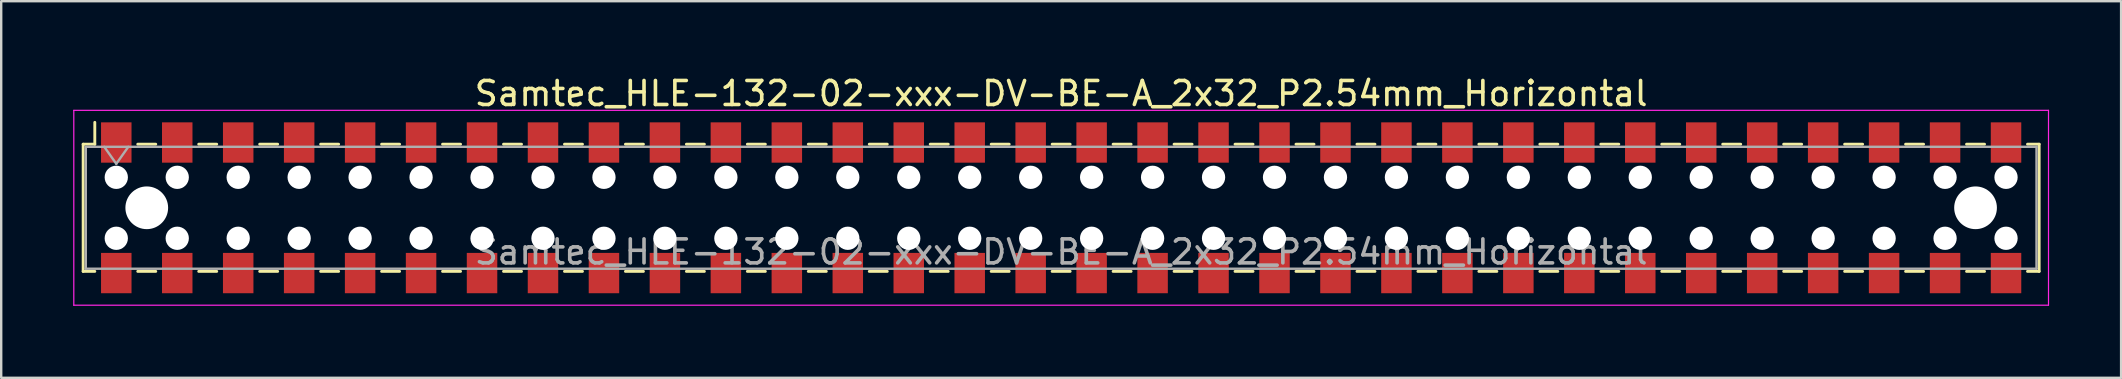
<source format=kicad_pcb>
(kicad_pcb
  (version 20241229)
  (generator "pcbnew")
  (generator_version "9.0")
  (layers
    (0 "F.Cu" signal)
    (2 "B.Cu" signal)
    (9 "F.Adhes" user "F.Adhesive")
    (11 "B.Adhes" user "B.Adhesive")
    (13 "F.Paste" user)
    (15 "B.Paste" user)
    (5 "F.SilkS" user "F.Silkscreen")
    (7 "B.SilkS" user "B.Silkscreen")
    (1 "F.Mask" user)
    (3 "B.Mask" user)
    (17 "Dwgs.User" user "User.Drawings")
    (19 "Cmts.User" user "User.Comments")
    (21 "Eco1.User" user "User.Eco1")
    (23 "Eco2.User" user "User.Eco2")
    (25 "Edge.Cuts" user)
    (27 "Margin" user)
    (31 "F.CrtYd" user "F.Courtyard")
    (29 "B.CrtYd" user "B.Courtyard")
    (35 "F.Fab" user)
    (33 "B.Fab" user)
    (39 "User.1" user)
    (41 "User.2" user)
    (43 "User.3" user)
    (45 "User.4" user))
  (footprint "Samtec_HLE-132-02-xxx-DV-BE-A_2x32_P2.54mm_Horizontal"
    (layer "F.Cu")
    (at 41.165 5.608)
    (property "Reference" "Samtec_HLE-132-02-xxx-DV-BE-A_2x32_P2.54mm_Horizontal" (at 0 -4.76 0) (layer "F.SilkS") (effects (font (size 1 1) (thickness 0.15))))
    (attr smd)
    (fp_line (start -40.75 -2.65) (end -40.75 2.65) (stroke (width 0.12) (type solid)) (layer "F.SilkS"))
    (fp_line (start -40.75 2.65) (end -40.265 2.65) (stroke (width 0.12) (type solid)) (layer "F.SilkS"))
    (fp_line (start -40.265 -3.56) (end -40.265 -2.65) (stroke (width 0.12) (type solid)) (layer "F.SilkS"))
    (fp_line (start -40.265 -2.65) (end -40.75 -2.65) (stroke (width 0.12) (type solid)) (layer "F.SilkS"))
    (fp_line (start -38.475 -2.65) (end -37.725 -2.65) (stroke (width 0.12) (type solid)) (layer "F.SilkS"))
    (fp_line (start -38.475 2.65) (end -37.725 2.65) (stroke (width 0.12) (type solid)) (layer "F.SilkS"))
    (fp_line (start -35.935 -2.65) (end -35.185 -2.65) (stroke (width 0.12) (type solid)) (layer "F.SilkS"))
    (fp_line (start -35.935 2.65) (end -35.185 2.65) (stroke (width 0.12) (type solid)) (layer "F.SilkS"))
    (fp_line (start -33.395 -2.65) (end -32.645 -2.65) (stroke (width 0.12) (type solid)) (layer "F.SilkS"))
    (fp_line (start -33.395 2.65) (end -32.645 2.65) (stroke (width 0.12) (type solid)) (layer "F.SilkS"))
    (fp_line (start -30.855 -2.65) (end -30.105 -2.65) (stroke (width 0.12) (type solid)) (layer "F.SilkS"))
    (fp_line (start -30.855 2.65) (end -30.105 2.65) (stroke (width 0.12) (type solid)) (layer "F.SilkS"))
    (fp_line (start -28.315 -2.65) (end -27.565 -2.65) (stroke (width 0.12) (type solid)) (layer "F.SilkS"))
    (fp_line (start -28.315 2.65) (end -27.565 2.65) (stroke (width 0.12) (type solid)) (layer "F.SilkS"))
    (fp_line (start -25.775 -2.65) (end -25.025 -2.65) (stroke (width 0.12) (type solid)) (layer "F.SilkS"))
    (fp_line (start -25.775 2.65) (end -25.025 2.65) (stroke (width 0.12) (type solid)) (layer "F.SilkS"))
    (fp_line (start -23.235 -2.65) (end -22.485 -2.65) (stroke (width 0.12) (type solid)) (layer "F.SilkS"))
    (fp_line (start -23.235 2.65) (end -22.485 2.65) (stroke (width 0.12) (type solid)) (layer "F.SilkS"))
    (fp_line (start -20.695 -2.65) (end -19.945 -2.65) (stroke (width 0.12) (type solid)) (layer "F.SilkS"))
    (fp_line (start -20.695 2.65) (end -19.945 2.65) (stroke (width 0.12) (type solid)) (layer "F.SilkS"))
    (fp_line (start -18.155 -2.65) (end -17.405 -2.65) (stroke (width 0.12) (type solid)) (layer "F.SilkS"))
    (fp_line (start -18.155 2.65) (end -17.405 2.65) (stroke (width 0.12) (type solid)) (layer "F.SilkS"))
    (fp_line (start -15.615 -2.65) (end -14.865 -2.65) (stroke (width 0.12) (type solid)) (layer "F.SilkS"))
    (fp_line (start -15.615 2.65) (end -14.865 2.65) (stroke (width 0.12) (type solid)) (layer "F.SilkS"))
    (fp_line (start -13.075 -2.65) (end -12.325 -2.65) (stroke (width 0.12) (type solid)) (layer "F.SilkS"))
    (fp_line (start -13.075 2.65) (end -12.325 2.65) (stroke (width 0.12) (type solid)) (layer "F.SilkS"))
    (fp_line (start -10.535 -2.65) (end -9.785 -2.65) (stroke (width 0.12) (type solid)) (layer "F.SilkS"))
    (fp_line (start -10.535 2.65) (end -9.785 2.65) (stroke (width 0.12) (type solid)) (layer "F.SilkS"))
    (fp_line (start -7.995 -2.65) (end -7.245 -2.65) (stroke (width 0.12) (type solid)) (layer "F.SilkS"))
    (fp_line (start -7.995 2.65) (end -7.245 2.65) (stroke (width 0.12) (type solid)) (layer "F.SilkS"))
    (fp_line (start -5.455 -2.65) (end -4.705 -2.65) (stroke (width 0.12) (type solid)) (layer "F.SilkS"))
    (fp_line (start -5.455 2.65) (end -4.705 2.65) (stroke (width 0.12) (type solid)) (layer "F.SilkS"))
    (fp_line (start -2.915 -2.65) (end -2.165 -2.65) (stroke (width 0.12) (type solid)) (layer "F.SilkS"))
    (fp_line (start -2.915 2.65) (end -2.165 2.65) (stroke (width 0.12) (type solid)) (layer "F.SilkS"))
    (fp_line (start -0.375 -2.65) (end 0.375 -2.65) (stroke (width 0.12) (type solid)) (layer "F.SilkS"))
    (fp_line (start -0.375 2.65) (end 0.375 2.65) (stroke (width 0.12) (type solid)) (layer "F.SilkS"))
    (fp_line (start 2.165 -2.65) (end 2.915 -2.65) (stroke (width 0.12) (type solid)) (layer "F.SilkS"))
    (fp_line (start 2.165 2.65) (end 2.915 2.65) (stroke (width 0.12) (type solid)) (layer "F.SilkS"))
    (fp_line (start 4.705 -2.65) (end 5.455 -2.65) (stroke (width 0.12) (type solid)) (layer "F.SilkS"))
    (fp_line (start 4.705 2.65) (end 5.455 2.65) (stroke (width 0.12) (type solid)) (layer "F.SilkS"))
    (fp_line (start 7.245 -2.65) (end 7.995 -2.65) (stroke (width 0.12) (type solid)) (layer "F.SilkS"))
    (fp_line (start 7.245 2.65) (end 7.995 2.65) (stroke (width 0.12) (type solid)) (layer "F.SilkS"))
    (fp_line (start 9.785 -2.65) (end 10.535 -2.65) (stroke (width 0.12) (type solid)) (layer "F.SilkS"))
    (fp_line (start 9.785 2.65) (end 10.535 2.65) (stroke (width 0.12) (type solid)) (layer "F.SilkS"))
    (fp_line (start 12.325 -2.65) (end 13.075 -2.65) (stroke (width 0.12) (type solid)) (layer "F.SilkS"))
    (fp_line (start 12.325 2.65) (end 13.075 2.65) (stroke (width 0.12) (type solid)) (layer "F.SilkS"))
    (fp_line (start 14.865 -2.65) (end 15.615 -2.65) (stroke (width 0.12) (type solid)) (layer "F.SilkS"))
    (fp_line (start 14.865 2.65) (end 15.615 2.65) (stroke (width 0.12) (type solid)) (layer "F.SilkS"))
    (fp_line (start 17.405 -2.65) (end 18.155 -2.65) (stroke (width 0.12) (type solid)) (layer "F.SilkS"))
    (fp_line (start 17.405 2.65) (end 18.155 2.65) (stroke (width 0.12) (type solid)) (layer "F.SilkS"))
    (fp_line (start 19.945 -2.65) (end 20.695 -2.65) (stroke (width 0.12) (type solid)) (layer "F.SilkS"))
    (fp_line (start 19.945 2.65) (end 20.695 2.65) (stroke (width 0.12) (type solid)) (layer "F.SilkS"))
    (fp_line (start 22.485 -2.65) (end 23.235 -2.65) (stroke (width 0.12) (type solid)) (layer "F.SilkS"))
    (fp_line (start 22.485 2.65) (end 23.235 2.65) (stroke (width 0.12) (type solid)) (layer "F.SilkS"))
    (fp_line (start 25.025 -2.65) (end 25.775 -2.65) (stroke (width 0.12) (type solid)) (layer "F.SilkS"))
    (fp_line (start 25.025 2.65) (end 25.775 2.65) (stroke (width 0.12) (type solid)) (layer "F.SilkS"))
    (fp_line (start 27.565 -2.65) (end 28.315 -2.65) (stroke (width 0.12) (type solid)) (layer "F.SilkS"))
    (fp_line (start 27.565 2.65) (end 28.315 2.65) (stroke (width 0.12) (type solid)) (layer "F.SilkS"))
    (fp_line (start 30.105 -2.65) (end 30.855 -2.65) (stroke (width 0.12) (type solid)) (layer "F.SilkS"))
    (fp_line (start 30.105 2.65) (end 30.855 2.65) (stroke (width 0.12) (type solid)) (layer "F.SilkS"))
    (fp_line (start 32.645 -2.65) (end 33.395 -2.65) (stroke (width 0.12) (type solid)) (layer "F.SilkS"))
    (fp_line (start 32.645 2.65) (end 33.395 2.65) (stroke (width 0.12) (type solid)) (layer "F.SilkS"))
    (fp_line (start 35.185 -2.65) (end 35.935 -2.65) (stroke (width 0.12) (type solid)) (layer "F.SilkS"))
    (fp_line (start 35.185 2.65) (end 35.935 2.65) (stroke (width 0.12) (type solid)) (layer "F.SilkS"))
    (fp_line (start 37.725 -2.65) (end 38.475 -2.65) (stroke (width 0.12) (type solid)) (layer "F.SilkS"))
    (fp_line (start 37.725 2.65) (end 38.475 2.65) (stroke (width 0.12) (type solid)) (layer "F.SilkS"))
    (fp_line (start 40.265 -2.65) (end 40.75 -2.65) (stroke (width 0.12) (type solid)) (layer "F.SilkS"))
    (fp_line (start 40.75 -2.65) (end 40.75 2.65) (stroke (width 0.12) (type solid)) (layer "F.SilkS"))
    (fp_line (start 40.75 2.65) (end 40.265 2.65) (stroke (width 0.12) (type solid)) (layer "F.SilkS"))
    (fp_line (start -41.14 -4.06) (end 41.14 -4.06) (stroke (width 0.05) (type solid)) (layer "F.CrtYd"))
    (fp_line (start -41.14 4.06) (end -41.14 -4.06) (stroke (width 0.05) (type solid)) (layer "F.CrtYd"))
    (fp_line (start 41.14 -4.06) (end 41.14 4.06) (stroke (width 0.05) (type solid)) (layer "F.CrtYd"))
    (fp_line (start 41.14 4.06) (end -41.14 4.06) (stroke (width 0.05) (type solid)) (layer "F.CrtYd"))
    (fp_line (start -40.64 -2.54) (end 40.64 -2.54) (stroke (width 0.1) (type solid)) (layer "F.Fab"))
    (fp_line (start -40.64 2.54) (end -40.64 -2.54) (stroke (width 0.1) (type solid)) (layer "F.Fab"))
    (fp_line (start -39.87 -2.54) (end -39.37 -1.833) (stroke (width 0.1) (type solid)) (layer "F.Fab"))
    (fp_line (start -39.37 -1.833) (end -38.87 -2.54) (stroke (width 0.1) (type solid)) (layer "F.Fab"))
    (fp_line (start 40.64 -2.54) (end 40.64 2.54) (stroke (width 0.1) (type solid)) (layer "F.Fab"))
    (fp_line (start 40.64 2.54) (end -40.64 2.54) (stroke (width 0.1) (type solid)) (layer "F.Fab"))
    (fp_text user "${REFERENCE}" (at 0 1.84 0) (layer "F.Fab") (effects (font (size 1 1) (thickness 0.15))))
    (pad "" np_thru_hole circle (at -39.37 -1.27) (size 0.97 0.97) (drill 0.97) (layers "*.Cu" "*.Mask"))
    (pad "" np_thru_hole circle (at -39.37 1.27) (size 0.97 0.97) (drill 0.97) (layers "*.Cu" "*.Mask"))
    (pad "" np_thru_hole circle (at -38.1 0) (size 1.78 1.78) (drill 1.78) (layers "*.Cu" "*.Mask"))
    (pad "" np_thru_hole circle (at -36.83 -1.27) (size 0.97 0.97) (drill 0.97) (layers "*.Cu" "*.Mask"))
    (pad "" np_thru_hole circle (at -36.83 1.27) (size 0.97 0.97) (drill 0.97) (layers "*.Cu" "*.Mask"))
    (pad "" np_thru_hole circle (at -34.29 -1.27) (size 0.97 0.97) (drill 0.97) (layers "*.Cu" "*.Mask"))
    (pad "" np_thru_hole circle (at -34.29 1.27) (size 0.97 0.97) (drill 0.97) (layers "*.Cu" "*.Mask"))
    (pad "" np_thru_hole circle (at -31.75 -1.27) (size 0.97 0.97) (drill 0.97) (layers "*.Cu" "*.Mask"))
    (pad "" np_thru_hole circle (at -31.75 1.27) (size 0.97 0.97) (drill 0.97) (layers "*.Cu" "*.Mask"))
    (pad "" np_thru_hole circle (at -29.21 -1.27) (size 0.97 0.97) (drill 0.97) (layers "*.Cu" "*.Mask"))
    (pad "" np_thru_hole circle (at -29.21 1.27) (size 0.97 0.97) (drill 0.97) (layers "*.Cu" "*.Mask"))
    (pad "" np_thru_hole circle (at -26.67 -1.27) (size 0.97 0.97) (drill 0.97) (layers "*.Cu" "*.Mask"))
    (pad "" np_thru_hole circle (at -26.67 1.27) (size 0.97 0.97) (drill 0.97) (layers "*.Cu" "*.Mask"))
    (pad "" np_thru_hole circle (at -24.13 -1.27) (size 0.97 0.97) (drill 0.97) (layers "*.Cu" "*.Mask"))
    (pad "" np_thru_hole circle (at -24.13 1.27) (size 0.97 0.97) (drill 0.97) (layers "*.Cu" "*.Mask"))
    (pad "" np_thru_hole circle (at -21.59 -1.27) (size 0.97 0.97) (drill 0.97) (layers "*.Cu" "*.Mask"))
    (pad "" np_thru_hole circle (at -21.59 1.27) (size 0.97 0.97) (drill 0.97) (layers "*.Cu" "*.Mask"))
    (pad "" np_thru_hole circle (at -19.05 -1.27) (size 0.97 0.97) (drill 0.97) (layers "*.Cu" "*.Mask"))
    (pad "" np_thru_hole circle (at -19.05 1.27) (size 0.97 0.97) (drill 0.97) (layers "*.Cu" "*.Mask"))
    (pad "" np_thru_hole circle (at -16.51 -1.27) (size 0.97 0.97) (drill 0.97) (layers "*.Cu" "*.Mask"))
    (pad "" np_thru_hole circle (at -16.51 1.27) (size 0.97 0.97) (drill 0.97) (layers "*.Cu" "*.Mask"))
    (pad "" np_thru_hole circle (at -13.97 -1.27) (size 0.97 0.97) (drill 0.97) (layers "*.Cu" "*.Mask"))
    (pad "" np_thru_hole circle (at -13.97 1.27) (size 0.97 0.97) (drill 0.97) (layers "*.Cu" "*.Mask"))
    (pad "" np_thru_hole circle (at -11.43 -1.27) (size 0.97 0.97) (drill 0.97) (layers "*.Cu" "*.Mask"))
    (pad "" np_thru_hole circle (at -11.43 1.27) (size 0.97 0.97) (drill 0.97) (layers "*.Cu" "*.Mask"))
    (pad "" np_thru_hole circle (at -8.89 -1.27) (size 0.97 0.97) (drill 0.97) (layers "*.Cu" "*.Mask"))
    (pad "" np_thru_hole circle (at -8.89 1.27) (size 0.97 0.97) (drill 0.97) (layers "*.Cu" "*.Mask"))
    (pad "" np_thru_hole circle (at -6.35 -1.27) (size 0.97 0.97) (drill 0.97) (layers "*.Cu" "*.Mask"))
    (pad "" np_thru_hole circle (at -6.35 1.27) (size 0.97 0.97) (drill 0.97) (layers "*.Cu" "*.Mask"))
    (pad "" np_thru_hole circle (at -3.81 -1.27) (size 0.97 0.97) (drill 0.97) (layers "*.Cu" "*.Mask"))
    (pad "" np_thru_hole circle (at -3.81 1.27) (size 0.97 0.97) (drill 0.97) (layers "*.Cu" "*.Mask"))
    (pad "" np_thru_hole circle (at -1.27 -1.27) (size 0.97 0.97) (drill 0.97) (layers "*.Cu" "*.Mask"))
    (pad "" np_thru_hole circle (at -1.27 1.27) (size 0.97 0.97) (drill 0.97) (layers "*.Cu" "*.Mask"))
    (pad "" np_thru_hole circle (at 1.27 -1.27) (size 0.97 0.97) (drill 0.97) (layers "*.Cu" "*.Mask"))
    (pad "" np_thru_hole circle (at 1.27 1.27) (size 0.97 0.97) (drill 0.97) (layers "*.Cu" "*.Mask"))
    (pad "" np_thru_hole circle (at 3.81 -1.27) (size 0.97 0.97) (drill 0.97) (layers "*.Cu" "*.Mask"))
    (pad "" np_thru_hole circle (at 3.81 1.27) (size 0.97 0.97) (drill 0.97) (layers "*.Cu" "*.Mask"))
    (pad "" np_thru_hole circle (at 6.35 -1.27) (size 0.97 0.97) (drill 0.97) (layers "*.Cu" "*.Mask"))
    (pad "" np_thru_hole circle (at 6.35 1.27) (size 0.97 0.97) (drill 0.97) (layers "*.Cu" "*.Mask"))
    (pad "" np_thru_hole circle (at 8.89 -1.27) (size 0.97 0.97) (drill 0.97) (layers "*.Cu" "*.Mask"))
    (pad "" np_thru_hole circle (at 8.89 1.27) (size 0.97 0.97) (drill 0.97) (layers "*.Cu" "*.Mask"))
    (pad "" np_thru_hole circle (at 11.43 -1.27) (size 0.97 0.97) (drill 0.97) (layers "*.Cu" "*.Mask"))
    (pad "" np_thru_hole circle (at 11.43 1.27) (size 0.97 0.97) (drill 0.97) (layers "*.Cu" "*.Mask"))
    (pad "" np_thru_hole circle (at 13.97 -1.27) (size 0.97 0.97) (drill 0.97) (layers "*.Cu" "*.Mask"))
    (pad "" np_thru_hole circle (at 13.97 1.27) (size 0.97 0.97) (drill 0.97) (layers "*.Cu" "*.Mask"))
    (pad "" np_thru_hole circle (at 16.51 -1.27) (size 0.97 0.97) (drill 0.97) (layers "*.Cu" "*.Mask"))
    (pad "" np_thru_hole circle (at 16.51 1.27) (size 0.97 0.97) (drill 0.97) (layers "*.Cu" "*.Mask"))
    (pad "" np_thru_hole circle (at 19.05 -1.27) (size 0.97 0.97) (drill 0.97) (layers "*.Cu" "*.Mask"))
    (pad "" np_thru_hole circle (at 19.05 1.27) (size 0.97 0.97) (drill 0.97) (layers "*.Cu" "*.Mask"))
    (pad "" np_thru_hole circle (at 21.59 -1.27) (size 0.97 0.97) (drill 0.97) (layers "*.Cu" "*.Mask"))
    (pad "" np_thru_hole circle (at 21.59 1.27) (size 0.97 0.97) (drill 0.97) (layers "*.Cu" "*.Mask"))
    (pad "" np_thru_hole circle (at 24.13 -1.27) (size 0.97 0.97) (drill 0.97) (layers "*.Cu" "*.Mask"))
    (pad "" np_thru_hole circle (at 24.13 1.27) (size 0.97 0.97) (drill 0.97) (layers "*.Cu" "*.Mask"))
    (pad "" np_thru_hole circle (at 26.67 -1.27) (size 0.97 0.97) (drill 0.97) (layers "*.Cu" "*.Mask"))
    (pad "" np_thru_hole circle (at 26.67 1.27) (size 0.97 0.97) (drill 0.97) (layers "*.Cu" "*.Mask"))
    (pad "" np_thru_hole circle (at 29.21 -1.27) (size 0.97 0.97) (drill 0.97) (layers "*.Cu" "*.Mask"))
    (pad "" np_thru_hole circle (at 29.21 1.27) (size 0.97 0.97) (drill 0.97) (layers "*.Cu" "*.Mask"))
    (pad "" np_thru_hole circle (at 31.75 -1.27) (size 0.97 0.97) (drill 0.97) (layers "*.Cu" "*.Mask"))
    (pad "" np_thru_hole circle (at 31.75 1.27) (size 0.97 0.97) (drill 0.97) (layers "*.Cu" "*.Mask"))
    (pad "" np_thru_hole circle (at 34.29 -1.27) (size 0.97 0.97) (drill 0.97) (layers "*.Cu" "*.Mask"))
    (pad "" np_thru_hole circle (at 34.29 1.27) (size 0.97 0.97) (drill 0.97) (layers "*.Cu" "*.Mask"))
    (pad "" np_thru_hole circle (at 36.83 -1.27) (size 0.97 0.97) (drill 0.97) (layers "*.Cu" "*.Mask"))
    (pad "" np_thru_hole circle (at 36.83 1.27) (size 0.97 0.97) (drill 0.97) (layers "*.Cu" "*.Mask"))
    (pad "" np_thru_hole circle (at 38.1 0) (size 1.78 1.78) (drill 1.78) (layers "*.Cu" "*.Mask"))
    (pad "" np_thru_hole circle (at 39.37 -1.27) (size 0.97 0.97) (drill 0.97) (layers "*.Cu" "*.Mask"))
    (pad "" np_thru_hole circle (at 39.37 1.27) (size 0.97 0.97) (drill 0.97) (layers "*.Cu" "*.Mask"))
    (pad "1" smd rect (at -39.37 -2.72) (size 1.27 1.68) (layers "F.Cu" "F.Mask" "F.Paste"))
    (pad "2" smd rect (at -39.37 2.72) (size 1.27 1.68) (layers "F.Cu" "F.Mask" "F.Paste"))
    (pad "3" smd rect (at -36.83 -2.72) (size 1.27 1.68) (layers "F.Cu" "F.Mask" "F.Paste"))
    (pad "4" smd rect (at -36.83 2.72) (size 1.27 1.68) (layers "F.Cu" "F.Mask" "F.Paste"))
    (pad "5" smd rect (at -34.29 -2.72) (size 1.27 1.68) (layers "F.Cu" "F.Mask" "F.Paste"))
    (pad "6" smd rect (at -34.29 2.72) (size 1.27 1.68) (layers "F.Cu" "F.Mask" "F.Paste"))
    (pad "7" smd rect (at -31.75 -2.72) (size 1.27 1.68) (layers "F.Cu" "F.Mask" "F.Paste"))
    (pad "8" smd rect (at -31.75 2.72) (size 1.27 1.68) (layers "F.Cu" "F.Mask" "F.Paste"))
    (pad "9" smd rect (at -29.21 -2.72) (size 1.27 1.68) (layers "F.Cu" "F.Mask" "F.Paste"))
    (pad "10" smd rect (at -29.21 2.72) (size 1.27 1.68) (layers "F.Cu" "F.Mask" "F.Paste"))
    (pad "11" smd rect (at -26.67 -2.72) (size 1.27 1.68) (layers "F.Cu" "F.Mask" "F.Paste"))
    (pad "12" smd rect (at -26.67 2.72) (size 1.27 1.68) (layers "F.Cu" "F.Mask" "F.Paste"))
    (pad "13" smd rect (at -24.13 -2.72) (size 1.27 1.68) (layers "F.Cu" "F.Mask" "F.Paste"))
    (pad "14" smd rect (at -24.13 2.72) (size 1.27 1.68) (layers "F.Cu" "F.Mask" "F.Paste"))
    (pad "15" smd rect (at -21.59 -2.72) (size 1.27 1.68) (layers "F.Cu" "F.Mask" "F.Paste"))
    (pad "16" smd rect (at -21.59 2.72) (size 1.27 1.68) (layers "F.Cu" "F.Mask" "F.Paste"))
    (pad "17" smd rect (at -19.05 -2.72) (size 1.27 1.68) (layers "F.Cu" "F.Mask" "F.Paste"))
    (pad "18" smd rect (at -19.05 2.72) (size 1.27 1.68) (layers "F.Cu" "F.Mask" "F.Paste"))
    (pad "19" smd rect (at -16.51 -2.72) (size 1.27 1.68) (layers "F.Cu" "F.Mask" "F.Paste"))
    (pad "20" smd rect (at -16.51 2.72) (size 1.27 1.68) (layers "F.Cu" "F.Mask" "F.Paste"))
    (pad "21" smd rect (at -13.97 -2.72) (size 1.27 1.68) (layers "F.Cu" "F.Mask" "F.Paste"))
    (pad "22" smd rect (at -13.97 2.72) (size 1.27 1.68) (layers "F.Cu" "F.Mask" "F.Paste"))
    (pad "23" smd rect (at -11.43 -2.72) (size 1.27 1.68) (layers "F.Cu" "F.Mask" "F.Paste"))
    (pad "24" smd rect (at -11.43 2.72) (size 1.27 1.68) (layers "F.Cu" "F.Mask" "F.Paste"))
    (pad "25" smd rect (at -8.89 -2.72) (size 1.27 1.68) (layers "F.Cu" "F.Mask" "F.Paste"))
    (pad "26" smd rect (at -8.89 2.72) (size 1.27 1.68) (layers "F.Cu" "F.Mask" "F.Paste"))
    (pad "27" smd rect (at -6.35 -2.72) (size 1.27 1.68) (layers "F.Cu" "F.Mask" "F.Paste"))
    (pad "28" smd rect (at -6.35 2.72) (size 1.27 1.68) (layers "F.Cu" "F.Mask" "F.Paste"))
    (pad "29" smd rect (at -3.81 -2.72) (size 1.27 1.68) (layers "F.Cu" "F.Mask" "F.Paste"))
    (pad "30" smd rect (at -3.81 2.72) (size 1.27 1.68) (layers "F.Cu" "F.Mask" "F.Paste"))
    (pad "31" smd rect (at -1.27 -2.72) (size 1.27 1.68) (layers "F.Cu" "F.Mask" "F.Paste"))
    (pad "32" smd rect (at -1.27 2.72) (size 1.27 1.68) (layers "F.Cu" "F.Mask" "F.Paste"))
    (pad "33" smd rect (at 1.27 -2.72) (size 1.27 1.68) (layers "F.Cu" "F.Mask" "F.Paste"))
    (pad "34" smd rect (at 1.27 2.72) (size 1.27 1.68) (layers "F.Cu" "F.Mask" "F.Paste"))
    (pad "35" smd rect (at 3.81 -2.72) (size 1.27 1.68) (layers "F.Cu" "F.Mask" "F.Paste"))
    (pad "36" smd rect (at 3.81 2.72) (size 1.27 1.68) (layers "F.Cu" "F.Mask" "F.Paste"))
    (pad "37" smd rect (at 6.35 -2.72) (size 1.27 1.68) (layers "F.Cu" "F.Mask" "F.Paste"))
    (pad "38" smd rect (at 6.35 2.72) (size 1.27 1.68) (layers "F.Cu" "F.Mask" "F.Paste"))
    (pad "39" smd rect (at 8.89 -2.72) (size 1.27 1.68) (layers "F.Cu" "F.Mask" "F.Paste"))
    (pad "40" smd rect (at 8.89 2.72) (size 1.27 1.68) (layers "F.Cu" "F.Mask" "F.Paste"))
    (pad "41" smd rect (at 11.43 -2.72) (size 1.27 1.68) (layers "F.Cu" "F.Mask" "F.Paste"))
    (pad "42" smd rect (at 11.43 2.72) (size 1.27 1.68) (layers "F.Cu" "F.Mask" "F.Paste"))
    (pad "43" smd rect (at 13.97 -2.72) (size 1.27 1.68) (layers "F.Cu" "F.Mask" "F.Paste"))
    (pad "44" smd rect (at 13.97 2.72) (size 1.27 1.68) (layers "F.Cu" "F.Mask" "F.Paste"))
    (pad "45" smd rect (at 16.51 -2.72) (size 1.27 1.68) (layers "F.Cu" "F.Mask" "F.Paste"))
    (pad "46" smd rect (at 16.51 2.72) (size 1.27 1.68) (layers "F.Cu" "F.Mask" "F.Paste"))
    (pad "47" smd rect (at 19.05 -2.72) (size 1.27 1.68) (layers "F.Cu" "F.Mask" "F.Paste"))
    (pad "48" smd rect (at 19.05 2.72) (size 1.27 1.68) (layers "F.Cu" "F.Mask" "F.Paste"))
    (pad "49" smd rect (at 21.59 -2.72) (size 1.27 1.68) (layers "F.Cu" "F.Mask" "F.Paste"))
    (pad "50" smd rect (at 21.59 2.72) (size 1.27 1.68) (layers "F.Cu" "F.Mask" "F.Paste"))
    (pad "51" smd rect (at 24.13 -2.72) (size 1.27 1.68) (layers "F.Cu" "F.Mask" "F.Paste"))
    (pad "52" smd rect (at 24.13 2.72) (size 1.27 1.68) (layers "F.Cu" "F.Mask" "F.Paste"))
    (pad "53" smd rect (at 26.67 -2.72) (size 1.27 1.68) (layers "F.Cu" "F.Mask" "F.Paste"))
    (pad "54" smd rect (at 26.67 2.72) (size 1.27 1.68) (layers "F.Cu" "F.Mask" "F.Paste"))
    (pad "55" smd rect (at 29.21 -2.72) (size 1.27 1.68) (layers "F.Cu" "F.Mask" "F.Paste"))
    (pad "56" smd rect (at 29.21 2.72) (size 1.27 1.68) (layers "F.Cu" "F.Mask" "F.Paste"))
    (pad "57" smd rect (at 31.75 -2.72) (size 1.27 1.68) (layers "F.Cu" "F.Mask" "F.Paste"))
    (pad "58" smd rect (at 31.75 2.72) (size 1.27 1.68) (layers "F.Cu" "F.Mask" "F.Paste"))
    (pad "59" smd rect (at 34.29 -2.72) (size 1.27 1.68) (layers "F.Cu" "F.Mask" "F.Paste"))
    (pad "60" smd rect (at 34.29 2.72) (size 1.27 1.68) (layers "F.Cu" "F.Mask" "F.Paste"))
    (pad "61" smd rect (at 36.83 -2.72) (size 1.27 1.68) (layers "F.Cu" "F.Mask" "F.Paste"))
    (pad "62" smd rect (at 36.83 2.72) (size 1.27 1.68) (layers "F.Cu" "F.Mask" "F.Paste"))
    (pad "63" smd rect (at 39.37 -2.72) (size 1.27 1.68) (layers "F.Cu" "F.Mask" "F.Paste"))
    (pad "64" smd rect (at 39.37 2.72) (size 1.27 1.68) (layers "F.Cu" "F.Mask" "F.Paste")))
  (gr_rect
    (start -3 -3)
    (end 85.33 12.693)
    (stroke (width 0.1) (type default))
    (fill no)
    (layer "Edge.Cuts")))
</source>
